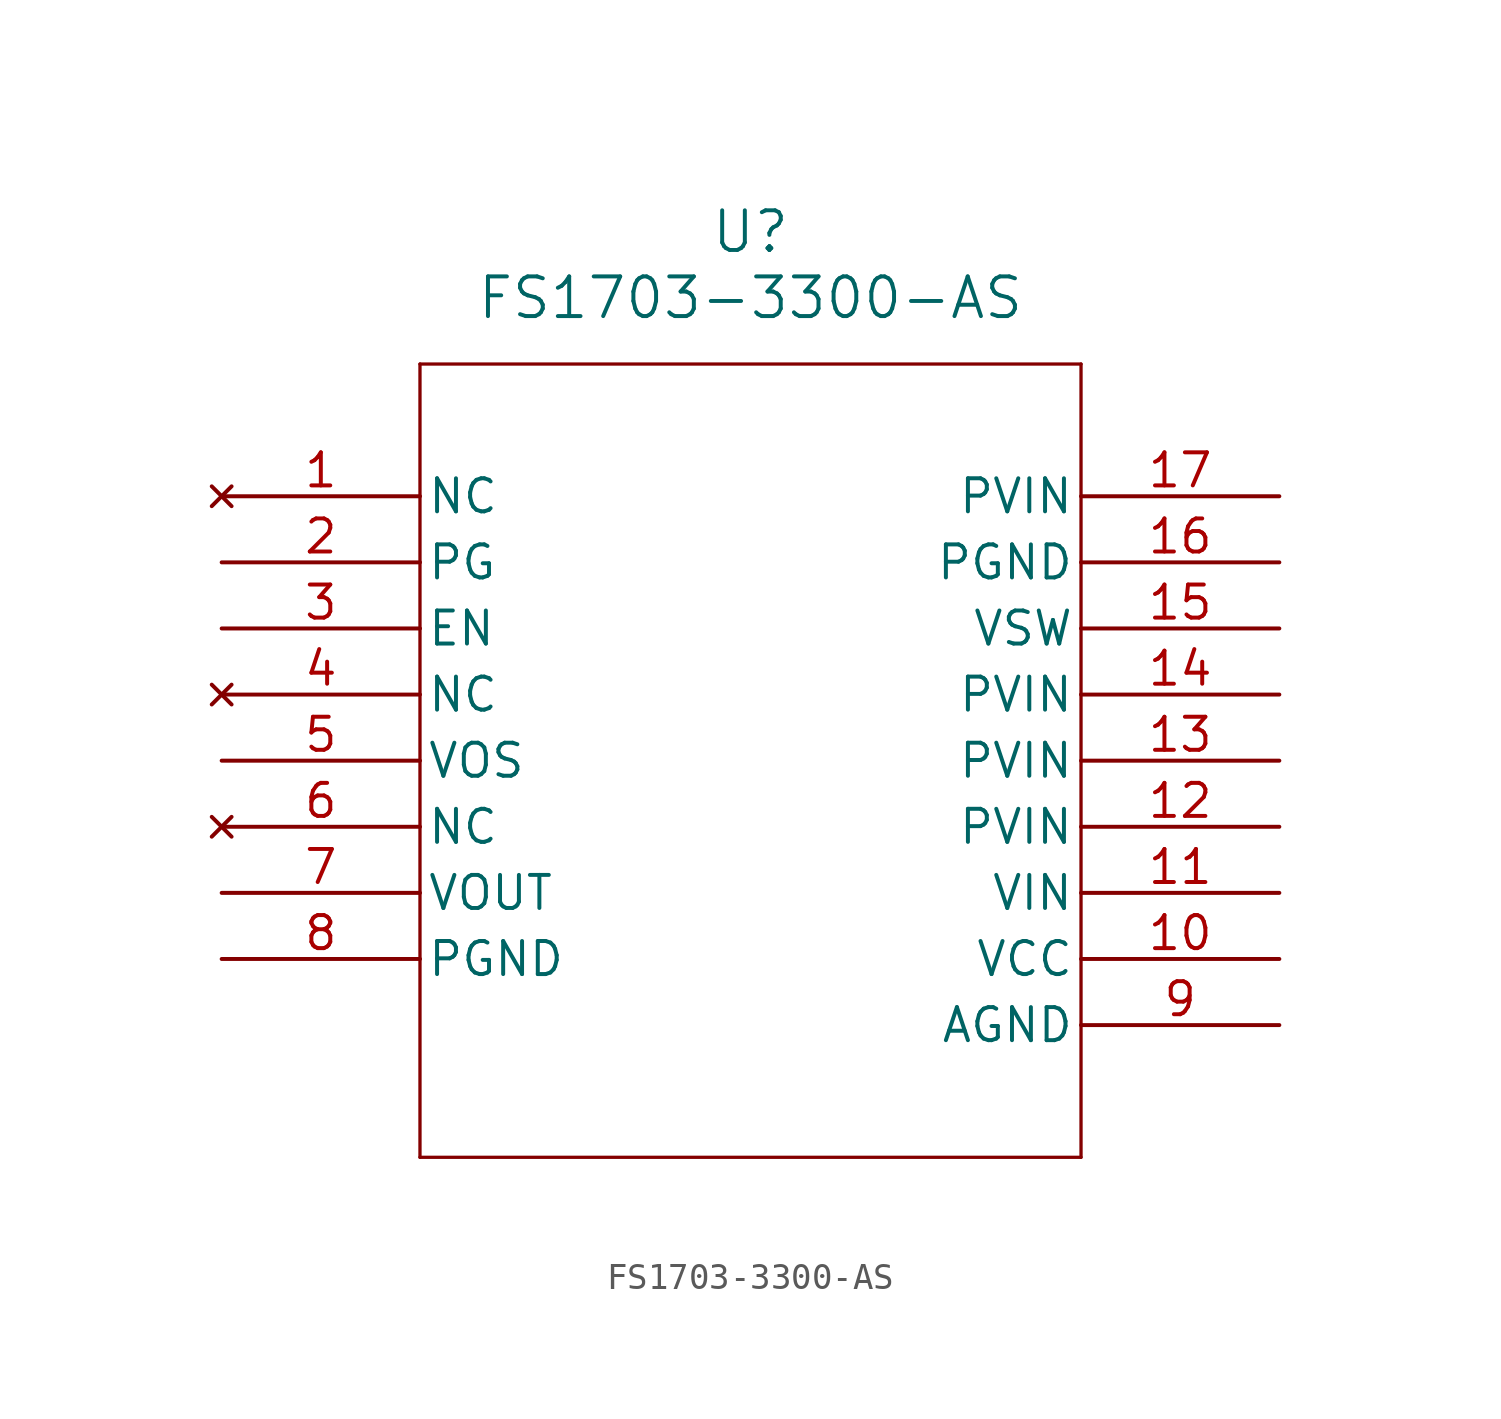
<source format=kicad_sym>
(kicad_symbol_lib
  (version 20211014)
  (generator kicad_symbol_editor)
  (symbol "FS1703-3300-AS"
    (pin_names
      (offset 0.254))
    (property "Reference" "U"
      (at 20.32 10.16 0)
      (effects (font (size 1.524 1.524))))
    (property "Value" "FS1703-3300-AS"
      (at 20.32 7.62 0)
      (effects (font (size 1.524 1.524))))
    (symbol "FS1703-3300-AS_0_1"
      (polyline (pts (xy 7.62 5.08) (xy 7.62 -25.4)) (stroke (width 0.127) (type default) (color 0 0 0 0)) (fill (type none)))
      (polyline (pts (xy 7.62 -25.4) (xy 33.02 -25.4)) (stroke (width 0.127) (type default) (color 0 0 0 0)) (fill (type none)))
      (polyline (pts (xy 33.02 -25.4) (xy 33.02 5.08)) (stroke (width 0.127) (type default) (color 0 0 0 0)) (fill (type none)))
      (polyline (pts (xy 33.02 5.08) (xy 7.62 5.08)) (stroke (width 0.127) (type default) (color 0 0 0 0)) (fill (type none)))
      (pin no_connect line (at 0 0 0) (length 7.62) (name "NC" (effects (font (size 1.27 1.27)))) (number "1" (effects (font (size 1.27 1.27)))))
      (pin output line (at 0 -2.54 0) (length 7.62) (name "PG" (effects (font (size 1.27 1.27)))) (number "2" (effects (font (size 1.27 1.27)))))
      (pin input line (at 0 -5.08 0) (length 7.62) (name "EN" (effects (font (size 1.27 1.27)))) (number "3" (effects (font (size 1.27 1.27)))))
      (pin no_connect line (at 0 -7.62 0) (length 7.62) (name "NC" (effects (font (size 1.27 1.27)))) (number "4" (effects (font (size 1.27 1.27)))))
      (pin unspecified line (at 0 -10.16 0) (length 7.62) (name "VOS" (effects (font (size 1.27 1.27)))) (number "5" (effects (font (size 1.27 1.27)))))
      (pin no_connect line (at 0 -12.7 0) (length 7.62) (name "NC" (effects (font (size 1.27 1.27)))) (number "6" (effects (font (size 1.27 1.27)))))
      (pin output line (at 0 -15.24 0) (length 7.62) (name "VOUT" (effects (font (size 1.27 1.27)))) (number "7" (effects (font (size 1.27 1.27)))))
      (pin power_out line (at 0 -17.78 0) (length 7.62) (name "PGND" (effects (font (size 1.27 1.27)))) (number "8" (effects (font (size 1.27 1.27)))))
      (pin power_out line (at 40.64 -20.32 180) (length 7.62) (name "AGND" (effects (font (size 1.27 1.27)))) (number "9" (effects (font (size 1.27 1.27)))))
      (pin power_in line (at 40.64 -17.78 180) (length 7.62) (name "VCC" (effects (font (size 1.27 1.27)))) (number "10" (effects (font (size 1.27 1.27)))))
      (pin power_in line (at 40.64 -15.24 180) (length 7.62) (name "VIN" (effects (font (size 1.27 1.27)))) (number "11" (effects (font (size 1.27 1.27)))))
      (pin power_in line (at 40.64 -12.7 180) (length 7.62) (name "PVIN" (effects (font (size 1.27 1.27)))) (number "12" (effects (font (size 1.27 1.27)))))
      (pin power_in line (at 40.64 -10.16 180) (length 7.62) (name "PVIN" (effects (font (size 1.27 1.27)))) (number "13" (effects (font (size 1.27 1.27)))))
      (pin power_in line (at 40.64 -7.62 180) (length 7.62) (name "PVIN" (effects (font (size 1.27 1.27)))) (number "14" (effects (font (size 1.27 1.27)))))
      (pin power_in line (at 40.64 -5.08 180) (length 7.62) (name "VSW" (effects (font (size 1.27 1.27)))) (number "15" (effects (font (size 1.27 1.27)))))
      (pin power_out line (at 40.64 -2.54 180) (length 7.62) (name "PGND" (effects (font (size 1.27 1.27)))) (number "16" (effects (font (size 1.27 1.27)))))
      (pin power_in line (at 40.64 0 180) (length 7.62) (name "PVIN" (effects (font (size 1.27 1.27)))) (number "17" (effects (font (size 1.27 1.27))))))))
</source>
